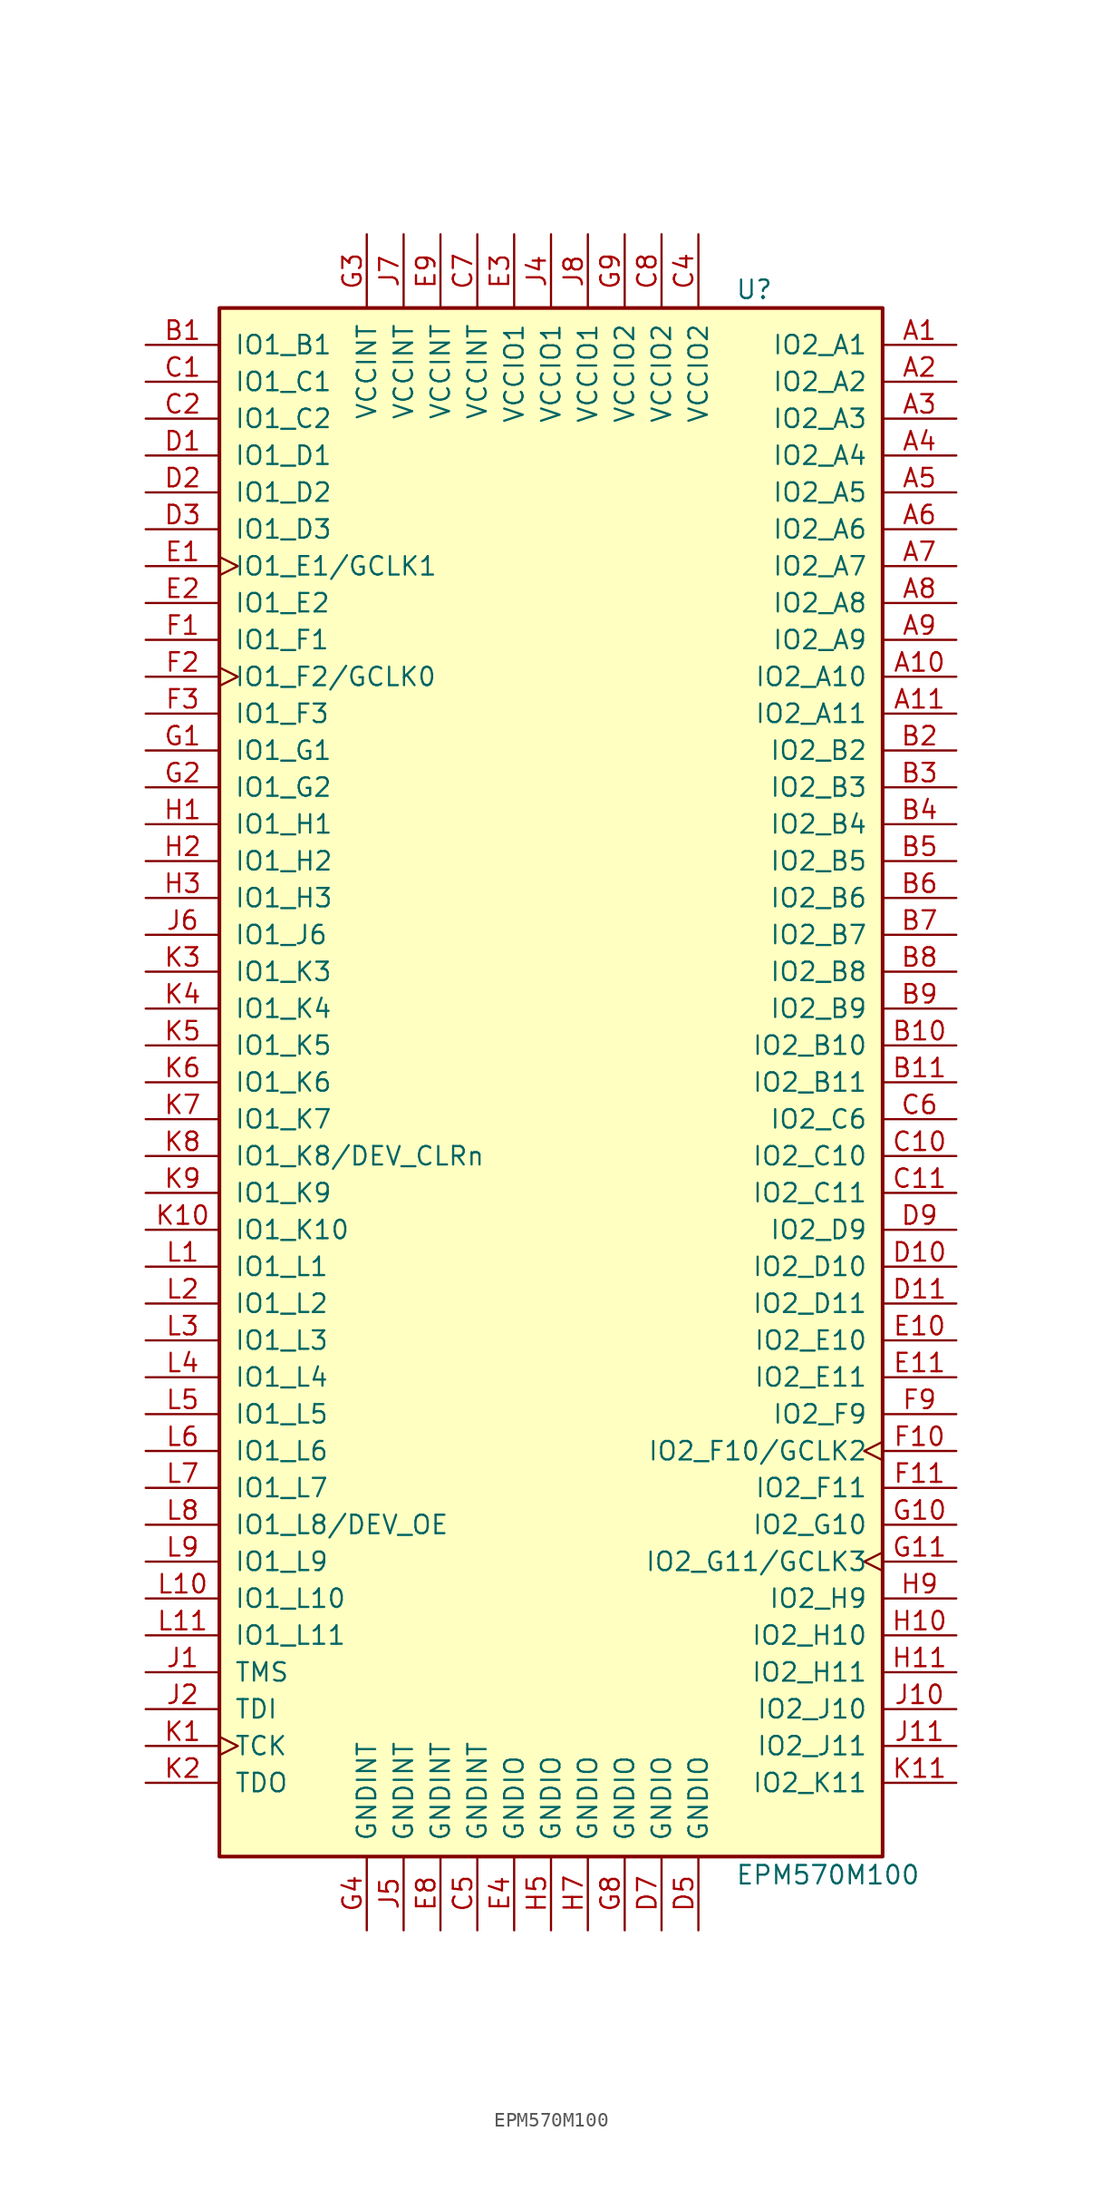
<source format=kicad_sym>
(kicad_symbol_lib
  (version 20201005)
  (generator kicad_symbol_editor)
  (symbol "CPLD_Altera:EPM570M100"
    (pin_names
      (offset 1.016))
    (property "Reference" "U"
      (at 12.7 54.61 0)
      (effects (font (size 1.27 1.27)) (justify left)))
    (property "Value" "EPM570M100"
      (at 12.7 -54.61 0)
      (effects (font (size 1.27 1.27)) (justify left)))
    (property "ki_locked" ""
      (at 0 0 0)
      (effects (font (size 1.27 1.27))))
    (symbol "EPM570M100_1_1"
      (rectangle (start -22.86 53.34) (end 22.86 -53.34) (stroke (width 0.254)) (fill (type background)))
      (pin bidirectional line (at 27.94 50.8 180) (length 5.08) (name "IO2_A1" (effects (font (size 1.27 1.27)))) (number "A1" (effects (font (size 1.27 1.27)))))
      (pin bidirectional line (at 27.94 48.26 180) (length 5.08) (name "IO2_A2" (effects (font (size 1.27 1.27)))) (number "A2" (effects (font (size 1.27 1.27)))))
      (pin bidirectional line (at 27.94 45.72 180) (length 5.08) (name "IO2_A3" (effects (font (size 1.27 1.27)))) (number "A3" (effects (font (size 1.27 1.27)))))
      (pin bidirectional line (at 27.94 43.18 180) (length 5.08) (name "IO2_A4" (effects (font (size 1.27 1.27)))) (number "A4" (effects (font (size 1.27 1.27)))))
      (pin bidirectional line (at 27.94 40.64 180) (length 5.08) (name "IO2_A5" (effects (font (size 1.27 1.27)))) (number "A5" (effects (font (size 1.27 1.27)))))
      (pin bidirectional line (at 27.94 38.1 180) (length 5.08) (name "IO2_A6" (effects (font (size 1.27 1.27)))) (number "A6" (effects (font (size 1.27 1.27)))))
      (pin bidirectional line (at 27.94 35.56 180) (length 5.08) (name "IO2_A7" (effects (font (size 1.27 1.27)))) (number "A7" (effects (font (size 1.27 1.27)))))
      (pin bidirectional line (at 27.94 33.02 180) (length 5.08) (name "IO2_A8" (effects (font (size 1.27 1.27)))) (number "A8" (effects (font (size 1.27 1.27)))))
      (pin bidirectional line (at 27.94 30.48 180) (length 5.08) (name "IO2_A9" (effects (font (size 1.27 1.27)))) (number "A9" (effects (font (size 1.27 1.27)))))
      (pin bidirectional line (at 27.94 27.94 180) (length 5.08) (name "IO2_A10" (effects (font (size 1.27 1.27)))) (number "A10" (effects (font (size 1.27 1.27)))))
      (pin bidirectional line (at 27.94 25.4 180) (length 5.08) (name "IO2_A11" (effects (font (size 1.27 1.27)))) (number "A11" (effects (font (size 1.27 1.27)))))
      (pin bidirectional line (at -27.94 50.8 0) (length 5.08) (name "IO1_B1" (effects (font (size 1.27 1.27)))) (number "B1" (effects (font (size 1.27 1.27)))))
      (pin bidirectional line (at 27.94 22.86 180) (length 5.08) (name "IO2_B2" (effects (font (size 1.27 1.27)))) (number "B2" (effects (font (size 1.27 1.27)))))
      (pin bidirectional line (at 27.94 20.32 180) (length 5.08) (name "IO2_B3" (effects (font (size 1.27 1.27)))) (number "B3" (effects (font (size 1.27 1.27)))))
      (pin bidirectional line (at 27.94 17.78 180) (length 5.08) (name "IO2_B4" (effects (font (size 1.27 1.27)))) (number "B4" (effects (font (size 1.27 1.27)))))
      (pin bidirectional line (at 27.94 15.24 180) (length 5.08) (name "IO2_B5" (effects (font (size 1.27 1.27)))) (number "B5" (effects (font (size 1.27 1.27)))))
      (pin bidirectional line (at 27.94 12.7 180) (length 5.08) (name "IO2_B6" (effects (font (size 1.27 1.27)))) (number "B6" (effects (font (size 1.27 1.27)))))
      (pin bidirectional line (at 27.94 10.16 180) (length 5.08) (name "IO2_B7" (effects (font (size 1.27 1.27)))) (number "B7" (effects (font (size 1.27 1.27)))))
      (pin bidirectional line (at 27.94 7.62 180) (length 5.08) (name "IO2_B8" (effects (font (size 1.27 1.27)))) (number "B8" (effects (font (size 1.27 1.27)))))
      (pin bidirectional line (at 27.94 5.08 180) (length 5.08) (name "IO2_B9" (effects (font (size 1.27 1.27)))) (number "B9" (effects (font (size 1.27 1.27)))))
      (pin bidirectional line (at 27.94 2.54 180) (length 5.08) (name "IO2_B10" (effects (font (size 1.27 1.27)))) (number "B10" (effects (font (size 1.27 1.27)))))
      (pin bidirectional line (at 27.94 0 180) (length 5.08) (name "IO2_B11" (effects (font (size 1.27 1.27)))) (number "B11" (effects (font (size 1.27 1.27)))))
      (pin bidirectional line (at -27.94 48.26 0) (length 5.08) (name "IO1_C1" (effects (font (size 1.27 1.27)))) (number "C1" (effects (font (size 1.27 1.27)))))
      (pin bidirectional line (at -27.94 45.72 0) (length 5.08) (name "IO1_C2" (effects (font (size 1.27 1.27)))) (number "C2" (effects (font (size 1.27 1.27)))))
      (pin bidirectional line (at 27.94 -2.54 180) (length 5.08) (name "IO2_C6" (effects (font (size 1.27 1.27)))) (number "C6" (effects (font (size 1.27 1.27)))))
      (pin bidirectional line (at 27.94 -5.08 180) (length 5.08) (name "IO2_C10" (effects (font (size 1.27 1.27)))) (number "C10" (effects (font (size 1.27 1.27)))))
      (pin bidirectional line (at 27.94 -7.62 180) (length 5.08) (name "IO2_C11" (effects (font (size 1.27 1.27)))) (number "C11" (effects (font (size 1.27 1.27)))))
      (pin bidirectional line (at -27.94 43.18 0) (length 5.08) (name "IO1_D1" (effects (font (size 1.27 1.27)))) (number "D1" (effects (font (size 1.27 1.27)))))
      (pin bidirectional line (at -27.94 40.64 0) (length 5.08) (name "IO1_D2" (effects (font (size 1.27 1.27)))) (number "D2" (effects (font (size 1.27 1.27)))))
      (pin bidirectional line (at -27.94 38.1 0) (length 5.08) (name "IO1_D3" (effects (font (size 1.27 1.27)))) (number "D3" (effects (font (size 1.27 1.27)))))
      (pin bidirectional line (at 27.94 -10.16 180) (length 5.08) (name "IO2_D9" (effects (font (size 1.27 1.27)))) (number "D9" (effects (font (size 1.27 1.27)))))
      (pin bidirectional line (at 27.94 -12.7 180) (length 5.08) (name "IO2_D10" (effects (font (size 1.27 1.27)))) (number "D10" (effects (font (size 1.27 1.27)))))
      (pin bidirectional line (at 27.94 -15.24 180) (length 5.08) (name "IO2_D11" (effects (font (size 1.27 1.27)))) (number "D11" (effects (font (size 1.27 1.27)))))
      (pin bidirectional clock (at -27.94 35.56 0) (length 5.08) (name "IO1_E1/GCLK1" (effects (font (size 1.27 1.27)))) (number "E1" (effects (font (size 1.27 1.27)))))
      (pin bidirectional line (at -27.94 33.02 0) (length 5.08) (name "IO1_E2" (effects (font (size 1.27 1.27)))) (number "E2" (effects (font (size 1.27 1.27)))))
      (pin bidirectional line (at 27.94 -17.78 180) (length 5.08) (name "IO2_E10" (effects (font (size 1.27 1.27)))) (number "E10" (effects (font (size 1.27 1.27)))))
      (pin bidirectional line (at 27.94 -20.32 180) (length 5.08) (name "IO2_E11" (effects (font (size 1.27 1.27)))) (number "E11" (effects (font (size 1.27 1.27)))))
      (pin bidirectional line (at -27.94 30.48 0) (length 5.08) (name "IO1_F1" (effects (font (size 1.27 1.27)))) (number "F1" (effects (font (size 1.27 1.27)))))
      (pin bidirectional clock (at -27.94 27.94 0) (length 5.08) (name "IO1_F2/GCLK0" (effects (font (size 1.27 1.27)))) (number "F2" (effects (font (size 1.27 1.27)))))
      (pin bidirectional line (at -27.94 25.4 0) (length 5.08) (name "IO1_F3" (effects (font (size 1.27 1.27)))) (number "F3" (effects (font (size 1.27 1.27)))))
      (pin bidirectional line (at 27.94 -22.86 180) (length 5.08) (name "IO2_F9" (effects (font (size 1.27 1.27)))) (number "F9" (effects (font (size 1.27 1.27)))))
      (pin bidirectional clock (at 27.94 -25.4 180) (length 5.08) (name "IO2_F10/GCLK2" (effects (font (size 1.27 1.27)))) (number "F10" (effects (font (size 1.27 1.27)))))
      (pin bidirectional line (at 27.94 -27.94 180) (length 5.08) (name "IO2_F11" (effects (font (size 1.27 1.27)))) (number "F11" (effects (font (size 1.27 1.27)))))
      (pin bidirectional line (at -27.94 22.86 0) (length 5.08) (name "IO1_G1" (effects (font (size 1.27 1.27)))) (number "G1" (effects (font (size 1.27 1.27)))))
      (pin bidirectional line (at -27.94 20.32 0) (length 5.08) (name "IO1_G2" (effects (font (size 1.27 1.27)))) (number "G2" (effects (font (size 1.27 1.27)))))
      (pin bidirectional line (at 27.94 -30.48 180) (length 5.08) (name "IO2_G10" (effects (font (size 1.27 1.27)))) (number "G10" (effects (font (size 1.27 1.27)))))
      (pin bidirectional clock (at 27.94 -33.02 180) (length 5.08) (name "IO2_G11/GCLK3" (effects (font (size 1.27 1.27)))) (number "G11" (effects (font (size 1.27 1.27)))))
      (pin bidirectional line (at -27.94 17.78 0) (length 5.08) (name "IO1_H1" (effects (font (size 1.27 1.27)))) (number "H1" (effects (font (size 1.27 1.27)))))
      (pin bidirectional line (at -27.94 15.24 0) (length 5.08) (name "IO1_H2" (effects (font (size 1.27 1.27)))) (number "H2" (effects (font (size 1.27 1.27)))))
      (pin bidirectional line (at -27.94 12.7 0) (length 5.08) (name "IO1_H3" (effects (font (size 1.27 1.27)))) (number "H3" (effects (font (size 1.27 1.27)))))
      (pin bidirectional line (at 27.94 -35.56 180) (length 5.08) (name "IO2_H9" (effects (font (size 1.27 1.27)))) (number "H9" (effects (font (size 1.27 1.27)))))
      (pin bidirectional line (at 27.94 -38.1 180) (length 5.08) (name "IO2_H10" (effects (font (size 1.27 1.27)))) (number "H10" (effects (font (size 1.27 1.27)))))
      (pin bidirectional line (at 27.94 -40.64 180) (length 5.08) (name "IO2_H11" (effects (font (size 1.27 1.27)))) (number "H11" (effects (font (size 1.27 1.27)))))
      (pin bidirectional line (at -27.94 10.16 0) (length 5.08) (name "IO1_J6" (effects (font (size 1.27 1.27)))) (number "J6" (effects (font (size 1.27 1.27)))))
      (pin bidirectional line (at 27.94 -43.18 180) (length 5.08) (name "IO2_J10" (effects (font (size 1.27 1.27)))) (number "J10" (effects (font (size 1.27 1.27)))))
      (pin bidirectional line (at 27.94 -45.72 180) (length 5.08) (name "IO2_J11" (effects (font (size 1.27 1.27)))) (number "J11" (effects (font (size 1.27 1.27)))))
      (pin bidirectional line (at -27.94 7.62 0) (length 5.08) (name "IO1_K3" (effects (font (size 1.27 1.27)))) (number "K3" (effects (font (size 1.27 1.27)))))
      (pin bidirectional line (at -27.94 5.08 0) (length 5.08) (name "IO1_K4" (effects (font (size 1.27 1.27)))) (number "K4" (effects (font (size 1.27 1.27)))))
      (pin bidirectional line (at -27.94 2.54 0) (length 5.08) (name "IO1_K5" (effects (font (size 1.27 1.27)))) (number "K5" (effects (font (size 1.27 1.27)))))
      (pin bidirectional line (at -27.94 0 0) (length 5.08) (name "IO1_K6" (effects (font (size 1.27 1.27)))) (number "K6" (effects (font (size 1.27 1.27)))))
      (pin bidirectional line (at -27.94 -2.54 0) (length 5.08) (name "IO1_K7" (effects (font (size 1.27 1.27)))) (number "K7" (effects (font (size 1.27 1.27)))))
      (pin bidirectional line (at -27.94 -5.08 0) (length 5.08) (name "IO1_K8/DEV_CLRn" (effects (font (size 1.27 1.27)))) (number "K8" (effects (font (size 1.27 1.27)))))
      (pin bidirectional line (at -27.94 -7.62 0) (length 5.08) (name "IO1_K9" (effects (font (size 1.27 1.27)))) (number "K9" (effects (font (size 1.27 1.27)))))
      (pin bidirectional line (at -27.94 -10.16 0) (length 5.08) (name "IO1_K10" (effects (font (size 1.27 1.27)))) (number "K10" (effects (font (size 1.27 1.27)))))
      (pin bidirectional line (at 27.94 -48.26 180) (length 5.08) (name "IO2_K11" (effects (font (size 1.27 1.27)))) (number "K11" (effects (font (size 1.27 1.27)))))
      (pin bidirectional line (at -27.94 -12.7 0) (length 5.08) (name "IO1_L1" (effects (font (size 1.27 1.27)))) (number "L1" (effects (font (size 1.27 1.27)))))
      (pin bidirectional line (at -27.94 -15.24 0) (length 5.08) (name "IO1_L2" (effects (font (size 1.27 1.27)))) (number "L2" (effects (font (size 1.27 1.27)))))
      (pin bidirectional line (at -27.94 -17.78 0) (length 5.08) (name "IO1_L3" (effects (font (size 1.27 1.27)))) (number "L3" (effects (font (size 1.27 1.27)))))
      (pin bidirectional line (at -27.94 -20.32 0) (length 5.08) (name "IO1_L4" (effects (font (size 1.27 1.27)))) (number "L4" (effects (font (size 1.27 1.27)))))
      (pin bidirectional line (at -27.94 -22.86 0) (length 5.08) (name "IO1_L5" (effects (font (size 1.27 1.27)))) (number "L5" (effects (font (size 1.27 1.27)))))
      (pin bidirectional line (at -27.94 -25.4 0) (length 5.08) (name "IO1_L6" (effects (font (size 1.27 1.27)))) (number "L6" (effects (font (size 1.27 1.27)))))
      (pin bidirectional line (at -27.94 -27.94 0) (length 5.08) (name "IO1_L7" (effects (font (size 1.27 1.27)))) (number "L7" (effects (font (size 1.27 1.27)))))
      (pin bidirectional line (at -27.94 -30.48 0) (length 5.08) (name "IO1_L8/DEV_OE" (effects (font (size 1.27 1.27)))) (number "L8" (effects (font (size 1.27 1.27)))))
      (pin bidirectional line (at -27.94 -33.02 0) (length 5.08) (name "IO1_L9" (effects (font (size 1.27 1.27)))) (number "L9" (effects (font (size 1.27 1.27)))))
      (pin bidirectional line (at -27.94 -35.56 0) (length 5.08) (name "IO1_L10" (effects (font (size 1.27 1.27)))) (number "L10" (effects (font (size 1.27 1.27)))))
      (pin bidirectional line (at -27.94 -38.1 0) (length 5.08) (name "IO1_L11" (effects (font (size 1.27 1.27)))) (number "L11" (effects (font (size 1.27 1.27)))))
      (pin input line (at -27.94 -40.64 0) (length 5.08) (name "TMS" (effects (font (size 1.27 1.27)))) (number "J1" (effects (font (size 1.27 1.27)))))
      (pin input line (at -27.94 -43.18 0) (length 5.08) (name "TDI" (effects (font (size 1.27 1.27)))) (number "J2" (effects (font (size 1.27 1.27)))))
      (pin input clock (at -27.94 -45.72 0) (length 5.08) (name "TCK" (effects (font (size 1.27 1.27)))) (number "K1" (effects (font (size 1.27 1.27)))))
      (pin output line (at -27.94 -48.26 0) (length 5.08) (name "TDO" (effects (font (size 1.27 1.27)))) (number "K2" (effects (font (size 1.27 1.27)))))
      (pin power_in line (at -12.7 -58.42 90) (length 5.08) (name "GNDINT" (effects (font (size 1.27 1.27)))) (number "G4" (effects (font (size 1.27 1.27)))))
      (pin power_in line (at -10.16 -58.42 90) (length 5.08) (name "GNDINT" (effects (font (size 1.27 1.27)))) (number "J5" (effects (font (size 1.27 1.27)))))
      (pin power_in line (at -7.62 -58.42 90) (length 5.08) (name "GNDINT" (effects (font (size 1.27 1.27)))) (number "E8" (effects (font (size 1.27 1.27)))))
      (pin power_in line (at -5.08 -58.42 90) (length 5.08) (name "GNDINT" (effects (font (size 1.27 1.27)))) (number "C5" (effects (font (size 1.27 1.27)))))
      (pin power_in line (at -2.54 -58.42 90) (length 5.08) (name "GNDIO" (effects (font (size 1.27 1.27)))) (number "E4" (effects (font (size 1.27 1.27)))))
      (pin power_in line (at 0 -58.42 90) (length 5.08) (name "GNDIO" (effects (font (size 1.27 1.27)))) (number "H5" (effects (font (size 1.27 1.27)))))
      (pin power_in line (at 2.54 -58.42 90) (length 5.08) (name "GNDIO" (effects (font (size 1.27 1.27)))) (number "H7" (effects (font (size 1.27 1.27)))))
      (pin power_in line (at 5.08 -58.42 90) (length 5.08) (name "GNDIO" (effects (font (size 1.27 1.27)))) (number "G8" (effects (font (size 1.27 1.27)))))
      (pin power_in line (at 7.62 -58.42 90) (length 5.08) (name "GNDIO" (effects (font (size 1.27 1.27)))) (number "D7" (effects (font (size 1.27 1.27)))))
      (pin power_in line (at 10.16 -58.42 90) (length 5.08) (name "GNDIO" (effects (font (size 1.27 1.27)))) (number "D5" (effects (font (size 1.27 1.27)))))
      (pin power_in line (at -12.7 58.42 270) (length 5.08) (name "VCCINT" (effects (font (size 1.27 1.27)))) (number "G3" (effects (font (size 1.27 1.27)))))
      (pin power_in line (at -10.16 58.42 270) (length 5.08) (name "VCCINT" (effects (font (size 1.27 1.27)))) (number "J7" (effects (font (size 1.27 1.27)))))
      (pin power_in line (at -7.62 58.42 270) (length 5.08) (name "VCCINT" (effects (font (size 1.27 1.27)))) (number "E9" (effects (font (size 1.27 1.27)))))
      (pin power_in line (at -5.08 58.42 270) (length 5.08) (name "VCCINT" (effects (font (size 1.27 1.27)))) (number "C7" (effects (font (size 1.27 1.27)))))
      (pin power_in line (at -2.54 58.42 270) (length 5.08) (name "VCCIO1" (effects (font (size 1.27 1.27)))) (number "E3" (effects (font (size 1.27 1.27)))))
      (pin power_in line (at 0 58.42 270) (length 5.08) (name "VCCIO1" (effects (font (size 1.27 1.27)))) (number "J4" (effects (font (size 1.27 1.27)))))
      (pin power_in line (at 2.54 58.42 270) (length 5.08) (name "VCCIO1" (effects (font (size 1.27 1.27)))) (number "J8" (effects (font (size 1.27 1.27)))))
      (pin power_in line (at 5.08 58.42 270) (length 5.08) (name "VCCIO2" (effects (font (size 1.27 1.27)))) (number "G9" (effects (font (size 1.27 1.27)))))
      (pin power_in line (at 7.62 58.42 270) (length 5.08) (name "VCCIO2" (effects (font (size 1.27 1.27)))) (number "C8" (effects (font (size 1.27 1.27)))))
      (pin power_in line (at 10.16 58.42 270) (length 5.08) (name "VCCIO2" (effects (font (size 1.27 1.27)))) (number "C4" (effects (font (size 1.27 1.27))))))))
</source>
